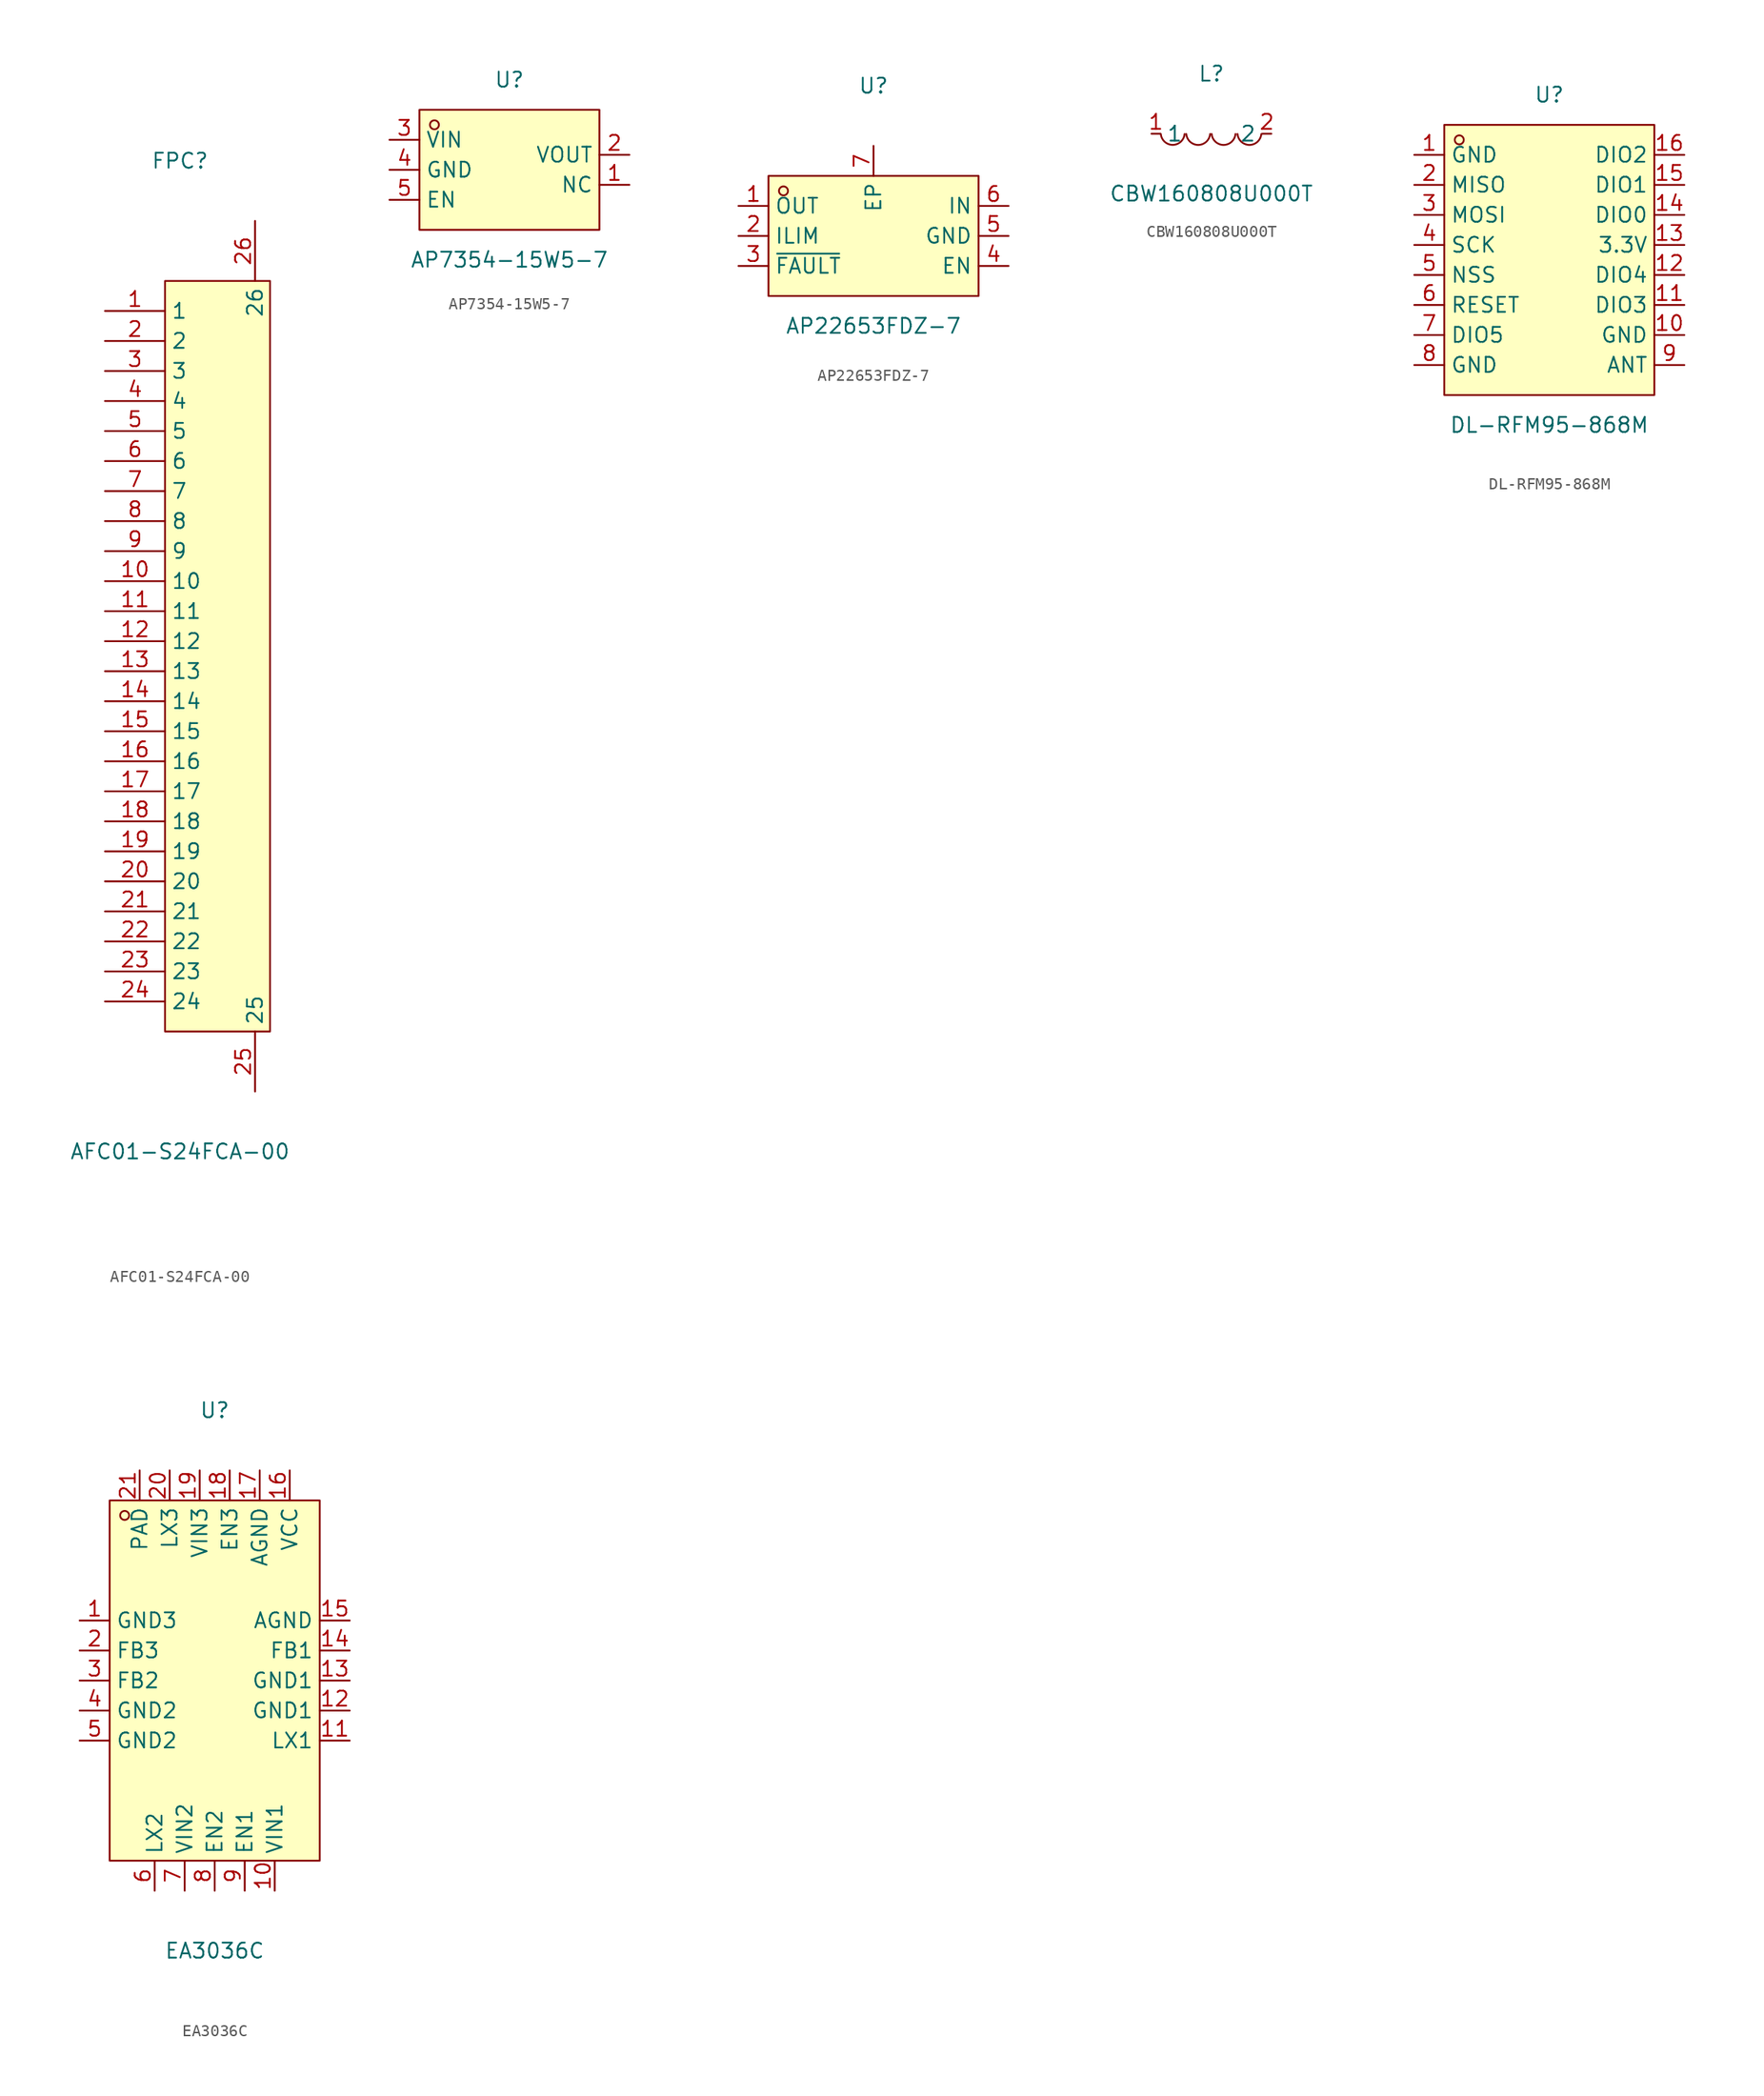
<source format=kicad_sym>
(kicad_symbol_lib
  (version 20211014)
  (generator https://github.com/uPesy/easyeda2kicad.py)
  (symbol "AFC01-S24FCA-00"
    (property "Reference" "FPC"
      (at 0 41.91 0)
      (effects (font (size 1.27 1.27))))
    (property "Value" "AFC01-S24FCA-00"
      (at 0 -41.91 0)
      (effects (font (size 1.27 1.27))))
    (symbol "AFC01-S24FCA-00_0_1"
      (rectangle (start -1.27 31.75) (end 7.62 -31.75) (stroke (width 0) (type default) (color 0 0 0 0)) (fill (type background)))
      (pin unspecified line (at -6.35 29.21 0) (length 5.08) (name "1" (effects (font (size 1.27 1.27)))) (number "1" (effects (font (size 1.27 1.27)))))
      (pin unspecified line (at -6.35 26.67 0) (length 5.08) (name "2" (effects (font (size 1.27 1.27)))) (number "2" (effects (font (size 1.27 1.27)))))
      (pin unspecified line (at -6.35 24.13 0) (length 5.08) (name "3" (effects (font (size 1.27 1.27)))) (number "3" (effects (font (size 1.27 1.27)))))
      (pin unspecified line (at -6.35 21.59 0) (length 5.08) (name "4" (effects (font (size 1.27 1.27)))) (number "4" (effects (font (size 1.27 1.27)))))
      (pin unspecified line (at -6.35 19.05 0) (length 5.08) (name "5" (effects (font (size 1.27 1.27)))) (number "5" (effects (font (size 1.27 1.27)))))
      (pin unspecified line (at -6.35 16.51 0) (length 5.08) (name "6" (effects (font (size 1.27 1.27)))) (number "6" (effects (font (size 1.27 1.27)))))
      (pin unspecified line (at -6.35 13.97 0) (length 5.08) (name "7" (effects (font (size 1.27 1.27)))) (number "7" (effects (font (size 1.27 1.27)))))
      (pin unspecified line (at -6.35 11.43 0) (length 5.08) (name "8" (effects (font (size 1.27 1.27)))) (number "8" (effects (font (size 1.27 1.27)))))
      (pin unspecified line (at -6.35 8.89 0) (length 5.08) (name "9" (effects (font (size 1.27 1.27)))) (number "9" (effects (font (size 1.27 1.27)))))
      (pin unspecified line (at -6.35 6.35 0) (length 5.08) (name "10" (effects (font (size 1.27 1.27)))) (number "10" (effects (font (size 1.27 1.27)))))
      (pin unspecified line (at -6.35 3.81 0) (length 5.08) (name "11" (effects (font (size 1.27 1.27)))) (number "11" (effects (font (size 1.27 1.27)))))
      (pin unspecified line (at -6.35 1.27 0) (length 5.08) (name "12" (effects (font (size 1.27 1.27)))) (number "12" (effects (font (size 1.27 1.27)))))
      (pin unspecified line (at -6.35 -1.27 0) (length 5.08) (name "13" (effects (font (size 1.27 1.27)))) (number "13" (effects (font (size 1.27 1.27)))))
      (pin unspecified line (at -6.35 -3.81 0) (length 5.08) (name "14" (effects (font (size 1.27 1.27)))) (number "14" (effects (font (size 1.27 1.27)))))
      (pin unspecified line (at -6.35 -6.35 0) (length 5.08) (name "15" (effects (font (size 1.27 1.27)))) (number "15" (effects (font (size 1.27 1.27)))))
      (pin unspecified line (at -6.35 -8.89 0) (length 5.08) (name "16" (effects (font (size 1.27 1.27)))) (number "16" (effects (font (size 1.27 1.27)))))
      (pin unspecified line (at -6.35 -11.43 0) (length 5.08) (name "17" (effects (font (size 1.27 1.27)))) (number "17" (effects (font (size 1.27 1.27)))))
      (pin unspecified line (at -6.35 -13.97 0) (length 5.08) (name "18" (effects (font (size 1.27 1.27)))) (number "18" (effects (font (size 1.27 1.27)))))
      (pin unspecified line (at -6.35 -16.51 0) (length 5.08) (name "19" (effects (font (size 1.27 1.27)))) (number "19" (effects (font (size 1.27 1.27)))))
      (pin unspecified line (at -6.35 -19.05 0) (length 5.08) (name "20" (effects (font (size 1.27 1.27)))) (number "20" (effects (font (size 1.27 1.27)))))
      (pin unspecified line (at -6.35 -21.59 0) (length 5.08) (name "21" (effects (font (size 1.27 1.27)))) (number "21" (effects (font (size 1.27 1.27)))))
      (pin unspecified line (at -6.35 -24.13 0) (length 5.08) (name "22" (effects (font (size 1.27 1.27)))) (number "22" (effects (font (size 1.27 1.27)))))
      (pin unspecified line (at -6.35 -26.67 0) (length 5.08) (name "23" (effects (font (size 1.27 1.27)))) (number "23" (effects (font (size 1.27 1.27)))))
      (pin unspecified line (at -6.35 -29.21 0) (length 5.08) (name "24" (effects (font (size 1.27 1.27)))) (number "24" (effects (font (size 1.27 1.27)))))
      (pin unspecified line (at 6.35 -36.83 90) (length 5.08) (name "25" (effects (font (size 1.27 1.27)))) (number "25" (effects (font (size 1.27 1.27)))))
      (pin unspecified line (at 6.35 36.83 270) (length 5.08) (name "26" (effects (font (size 1.27 1.27)))) (number "26" (effects (font (size 1.27 1.27)))))))
  (symbol "AP7354-15W5-7"
    (property "Reference" "U"
      (at 0 7.62 0)
      (effects (font (size 1.27 1.27))))
    (property "Value" "AP7354-15W5-7"
      (at 0 -7.62 0)
      (effects (font (size 1.27 1.27))))
    (symbol "AP7354-15W5-7_0_1"
      (rectangle (start -7.62 5.08) (end 7.62 -5.08) (stroke (width 0) (type default) (color 0 0 0 0)) (fill (type background)))
      (circle (center -6.35 3.81) (radius 0.38) (stroke (width 0) (type default) (color 0 0 0 0)) (fill (type none)))
      (pin unspecified line (at -10.16 2.54 0) (length 2.54) (name "VIN" (effects (font (size 1.27 1.27)))) (number "3" (effects (font (size 1.27 1.27)))))
      (pin unspecified line (at -10.16 -0.00 0) (length 2.54) (name "GND" (effects (font (size 1.27 1.27)))) (number "4" (effects (font (size 1.27 1.27)))))
      (pin unspecified line (at -10.16 -2.54 0) (length 2.54) (name "EN" (effects (font (size 1.27 1.27)))) (number "5" (effects (font (size 1.27 1.27)))))
      (pin unspecified line (at 10.16 -1.27 180) (length 2.54) (name "NC" (effects (font (size 1.27 1.27)))) (number "1" (effects (font (size 1.27 1.27)))))
      (pin unspecified line (at 10.16 1.27 180) (length 2.54) (name "VOUT" (effects (font (size 1.27 1.27)))) (number "2" (effects (font (size 1.27 1.27)))))))
  (symbol "AP22653FDZ-7"
    (property "Reference" "U"
      (at 0 12.70 0)
      (effects (font (size 1.27 1.27))))
    (property "Value" "AP22653FDZ-7"
      (at 0 -7.62 0)
      (effects (font (size 1.27 1.27))))
    (symbol "AP22653FDZ-7_0_1"
      (rectangle (start -8.89 5.08) (end 8.89 -5.08) (stroke (width 0) (type default) (color 0 0 0 0)) (fill (type background)))
      (circle (center -7.62 3.81) (radius 0.38) (stroke (width 0) (type default) (color 0 0 0 0)) (fill (type none)))
      (pin unspecified line (at -11.43 2.54 0) (length 2.54) (name "OUT" (effects (font (size 1.27 1.27)))) (number "1" (effects (font (size 1.27 1.27)))))
      (pin unspecified line (at -11.43 -0.00 0) (length 2.54) (name "ILIM" (effects (font (size 1.27 1.27)))) (number "2" (effects (font (size 1.27 1.27)))))
      (pin unspecified line (at -11.43 -2.54 0) (length 2.54) (name "~{FAULT}" (effects (font (size 1.27 1.27)))) (number "3" (effects (font (size 1.27 1.27)))))
      (pin unspecified line (at 11.43 -2.54 180) (length 2.54) (name "EN" (effects (font (size 1.27 1.27)))) (number "4" (effects (font (size 1.27 1.27)))))
      (pin unspecified line (at 11.43 -0.00 180) (length 2.54) (name "GND" (effects (font (size 1.27 1.27)))) (number "5" (effects (font (size 1.27 1.27)))))
      (pin unspecified line (at 11.43 2.54 180) (length 2.54) (name "IN" (effects (font (size 1.27 1.27)))) (number "6" (effects (font (size 1.27 1.27)))))
      (pin unspecified line (at 0.00 7.62 270) (length 2.54) (name "EP" (effects (font (size 1.27 1.27)))) (number "7" (effects (font (size 1.27 1.27)))))))
  (symbol "CBW160808U000T"
    (property "Reference" "L"
      (at 0 5.08 0)
      (effects (font (size 1.27 1.27))))
    (property "Value" "CBW160808U000T"
      (at 0 -5.08 0)
      (effects (font (size 1.27 1.27))))
    (symbol "CBW160808U000T_0_1"
      (arc (start -4.29 -0.02) (mid -2.81 -1.01) (end -2.27 -0.02) (stroke (width 0) (type default) (color 0 0 0 0)) (fill (type none)))
      (arc (start -2.13 -0.02) (mid -0.66 -1.01) (end -0.11 -0.02) (stroke (width 0) (type default) (color 0 0 0 0)) (fill (type none)))
      (arc (start 0.02 -0.02) (mid 1.49 -1.01) (end 2.04 -0.02) (stroke (width 0) (type default) (color 0 0 0 0)) (fill (type none)))
      (arc (start 2.21 -0.02) (mid 3.68 -1.01) (end 4.23 -0.02) (stroke (width 0) (type default) (color 0 0 0 0)) (fill (type none)))
      (pin unspecified line (at 5.08 -0.00 180) (length 0.762) (name "2" (effects (font (size 1.27 1.27)))) (number "2" (effects (font (size 1.27 1.27)))))
      (pin unspecified line (at -5.08 -0.00 0) (length 0.762) (name "1" (effects (font (size 1.27 1.27)))) (number "1" (effects (font (size 1.27 1.27)))))))
  (symbol "DL-RFM95-868M"
    (property "Reference" "U"
      (at 0 13.97 0)
      (effects (font (size 1.27 1.27))))
    (property "Value" "DL-RFM95-868M"
      (at 0 -13.97 0)
      (effects (font (size 1.27 1.27))))
    (symbol "DL-RFM95-868M_0_1"
      (rectangle (start -8.89 11.43) (end 8.89 -11.43) (stroke (width 0) (type default) (color 0 0 0 0)) (fill (type background)))
      (circle (center -7.62 10.16) (radius 0.38) (stroke (width 0) (type default) (color 0 0 0 0)) (fill (type none)))
      (pin unspecified line (at -11.43 8.89 0) (length 2.54) (name "GND" (effects (font (size 1.27 1.27)))) (number "1" (effects (font (size 1.27 1.27)))))
      (pin unspecified line (at -11.43 6.35 0) (length 2.54) (name "MISO" (effects (font (size 1.27 1.27)))) (number "2" (effects (font (size 1.27 1.27)))))
      (pin unspecified line (at -11.43 3.81 0) (length 2.54) (name "MOSI" (effects (font (size 1.27 1.27)))) (number "3" (effects (font (size 1.27 1.27)))))
      (pin unspecified line (at -11.43 1.27 0) (length 2.54) (name "SCK" (effects (font (size 1.27 1.27)))) (number "4" (effects (font (size 1.27 1.27)))))
      (pin unspecified line (at -11.43 -1.27 0) (length 2.54) (name "NSS" (effects (font (size 1.27 1.27)))) (number "5" (effects (font (size 1.27 1.27)))))
      (pin unspecified line (at -11.43 -3.81 0) (length 2.54) (name "RESET" (effects (font (size 1.27 1.27)))) (number "6" (effects (font (size 1.27 1.27)))))
      (pin unspecified line (at -11.43 -6.35 0) (length 2.54) (name "DIO5" (effects (font (size 1.27 1.27)))) (number "7" (effects (font (size 1.27 1.27)))))
      (pin unspecified line (at -11.43 -8.89 0) (length 2.54) (name "GND" (effects (font (size 1.27 1.27)))) (number "8" (effects (font (size 1.27 1.27)))))
      (pin unspecified line (at 11.43 -8.89 180) (length 2.54) (name "ANT" (effects (font (size 1.27 1.27)))) (number "9" (effects (font (size 1.27 1.27)))))
      (pin unspecified line (at 11.43 -6.35 180) (length 2.54) (name "GND" (effects (font (size 1.27 1.27)))) (number "10" (effects (font (size 1.27 1.27)))))
      (pin unspecified line (at 11.43 -3.81 180) (length 2.54) (name "DIO3" (effects (font (size 1.27 1.27)))) (number "11" (effects (font (size 1.27 1.27)))))
      (pin unspecified line (at 11.43 -1.27 180) (length 2.54) (name "DIO4" (effects (font (size 1.27 1.27)))) (number "12" (effects (font (size 1.27 1.27)))))
      (pin unspecified line (at 11.43 1.27 180) (length 2.54) (name "3.3V" (effects (font (size 1.27 1.27)))) (number "13" (effects (font (size 1.27 1.27)))))
      (pin unspecified line (at 11.43 3.81 180) (length 2.54) (name "DIO0" (effects (font (size 1.27 1.27)))) (number "14" (effects (font (size 1.27 1.27)))))
      (pin unspecified line (at 11.43 6.35 180) (length 2.54) (name "DIO1" (effects (font (size 1.27 1.27)))) (number "15" (effects (font (size 1.27 1.27)))))
      (pin unspecified line (at 11.43 8.89 180) (length 2.54) (name "DIO2" (effects (font (size 1.27 1.27)))) (number "16" (effects (font (size 1.27 1.27)))))))
  (symbol "EA3036C"
    (property "Reference" "U"
      (at 0 22.86 0)
      (effects (font (size 1.27 1.27))))
    (property "Value" "EA3036C"
      (at 0 -22.86 0)
      (effects (font (size 1.27 1.27))))
    (symbol "EA3036C_0_1"
      (rectangle (start -8.89 15.24) (end 8.89 -15.24) (stroke (width 0) (type default) (color 0 0 0 0)) (fill (type background)))
      (circle (center -7.62 13.97) (radius 0.38) (stroke (width 0) (type default) (color 0 0 0 0)) (fill (type none)))
      (pin unspecified line (at -11.43 5.08 0) (length 2.54) (name "GND3" (effects (font (size 1.27 1.27)))) (number "1" (effects (font (size 1.27 1.27)))))
      (pin unspecified line (at -11.43 2.54 0) (length 2.54) (name "FB3" (effects (font (size 1.27 1.27)))) (number "2" (effects (font (size 1.27 1.27)))))
      (pin unspecified line (at -11.43 -0.00 0) (length 2.54) (name "FB2" (effects (font (size 1.27 1.27)))) (number "3" (effects (font (size 1.27 1.27)))))
      (pin unspecified line (at -11.43 -2.54 0) (length 2.54) (name "GND2" (effects (font (size 1.27 1.27)))) (number "4" (effects (font (size 1.27 1.27)))))
      (pin unspecified line (at -11.43 -5.08 0) (length 2.54) (name "GND2" (effects (font (size 1.27 1.27)))) (number "5" (effects (font (size 1.27 1.27)))))
      (pin unspecified line (at -5.08 -17.78 90) (length 2.54) (name "LX2" (effects (font (size 1.27 1.27)))) (number "6" (effects (font (size 1.27 1.27)))))
      (pin unspecified line (at -2.54 -17.78 90) (length 2.54) (name "VIN2" (effects (font (size 1.27 1.27)))) (number "7" (effects (font (size 1.27 1.27)))))
      (pin unspecified line (at 0.00 -17.78 90) (length 2.54) (name "EN2" (effects (font (size 1.27 1.27)))) (number "8" (effects (font (size 1.27 1.27)))))
      (pin unspecified line (at 2.54 -17.78 90) (length 2.54) (name "EN1" (effects (font (size 1.27 1.27)))) (number "9" (effects (font (size 1.27 1.27)))))
      (pin unspecified line (at 5.08 -17.78 90) (length 2.54) (name "VIN1" (effects (font (size 1.27 1.27)))) (number "10" (effects (font (size 1.27 1.27)))))
      (pin unspecified line (at 11.43 -5.08 180) (length 2.54) (name "LX1" (effects (font (size 1.27 1.27)))) (number "11" (effects (font (size 1.27 1.27)))))
      (pin unspecified line (at 11.43 -2.54 180) (length 2.54) (name "GND1" (effects (font (size 1.27 1.27)))) (number "12" (effects (font (size 1.27 1.27)))))
      (pin unspecified line (at 11.43 -0.00 180) (length 2.54) (name "GND1" (effects (font (size 1.27 1.27)))) (number "13" (effects (font (size 1.27 1.27)))))
      (pin unspecified line (at 11.43 2.54 180) (length 2.54) (name "FB1" (effects (font (size 1.27 1.27)))) (number "14" (effects (font (size 1.27 1.27)))))
      (pin unspecified line (at 11.43 5.08 180) (length 2.54) (name "AGND" (effects (font (size 1.27 1.27)))) (number "15" (effects (font (size 1.27 1.27)))))
      (pin unspecified line (at 6.35 17.78 270) (length 2.54) (name "VCC" (effects (font (size 1.27 1.27)))) (number "16" (effects (font (size 1.27 1.27)))))
      (pin unspecified line (at 3.81 17.78 270) (length 2.54) (name "AGND" (effects (font (size 1.27 1.27)))) (number "17" (effects (font (size 1.27 1.27)))))
      (pin unspecified line (at 1.27 17.78 270) (length 2.54) (name "EN3" (effects (font (size 1.27 1.27)))) (number "18" (effects (font (size 1.27 1.27)))))
      (pin unspecified line (at -1.27 17.78 270) (length 2.54) (name "VIN3" (effects (font (size 1.27 1.27)))) (number "19" (effects (font (size 1.27 1.27)))))
      (pin unspecified line (at -3.81 17.78 270) (length 2.54) (name "LX3" (effects (font (size 1.27 1.27)))) (number "20" (effects (font (size 1.27 1.27)))))
      (pin unspecified line (at -6.35 17.78 270) (length 2.54) (name "PAD" (effects (font (size 1.27 1.27)))) (number "21" (effects (font (size 1.27 1.27))))))))
</source>
